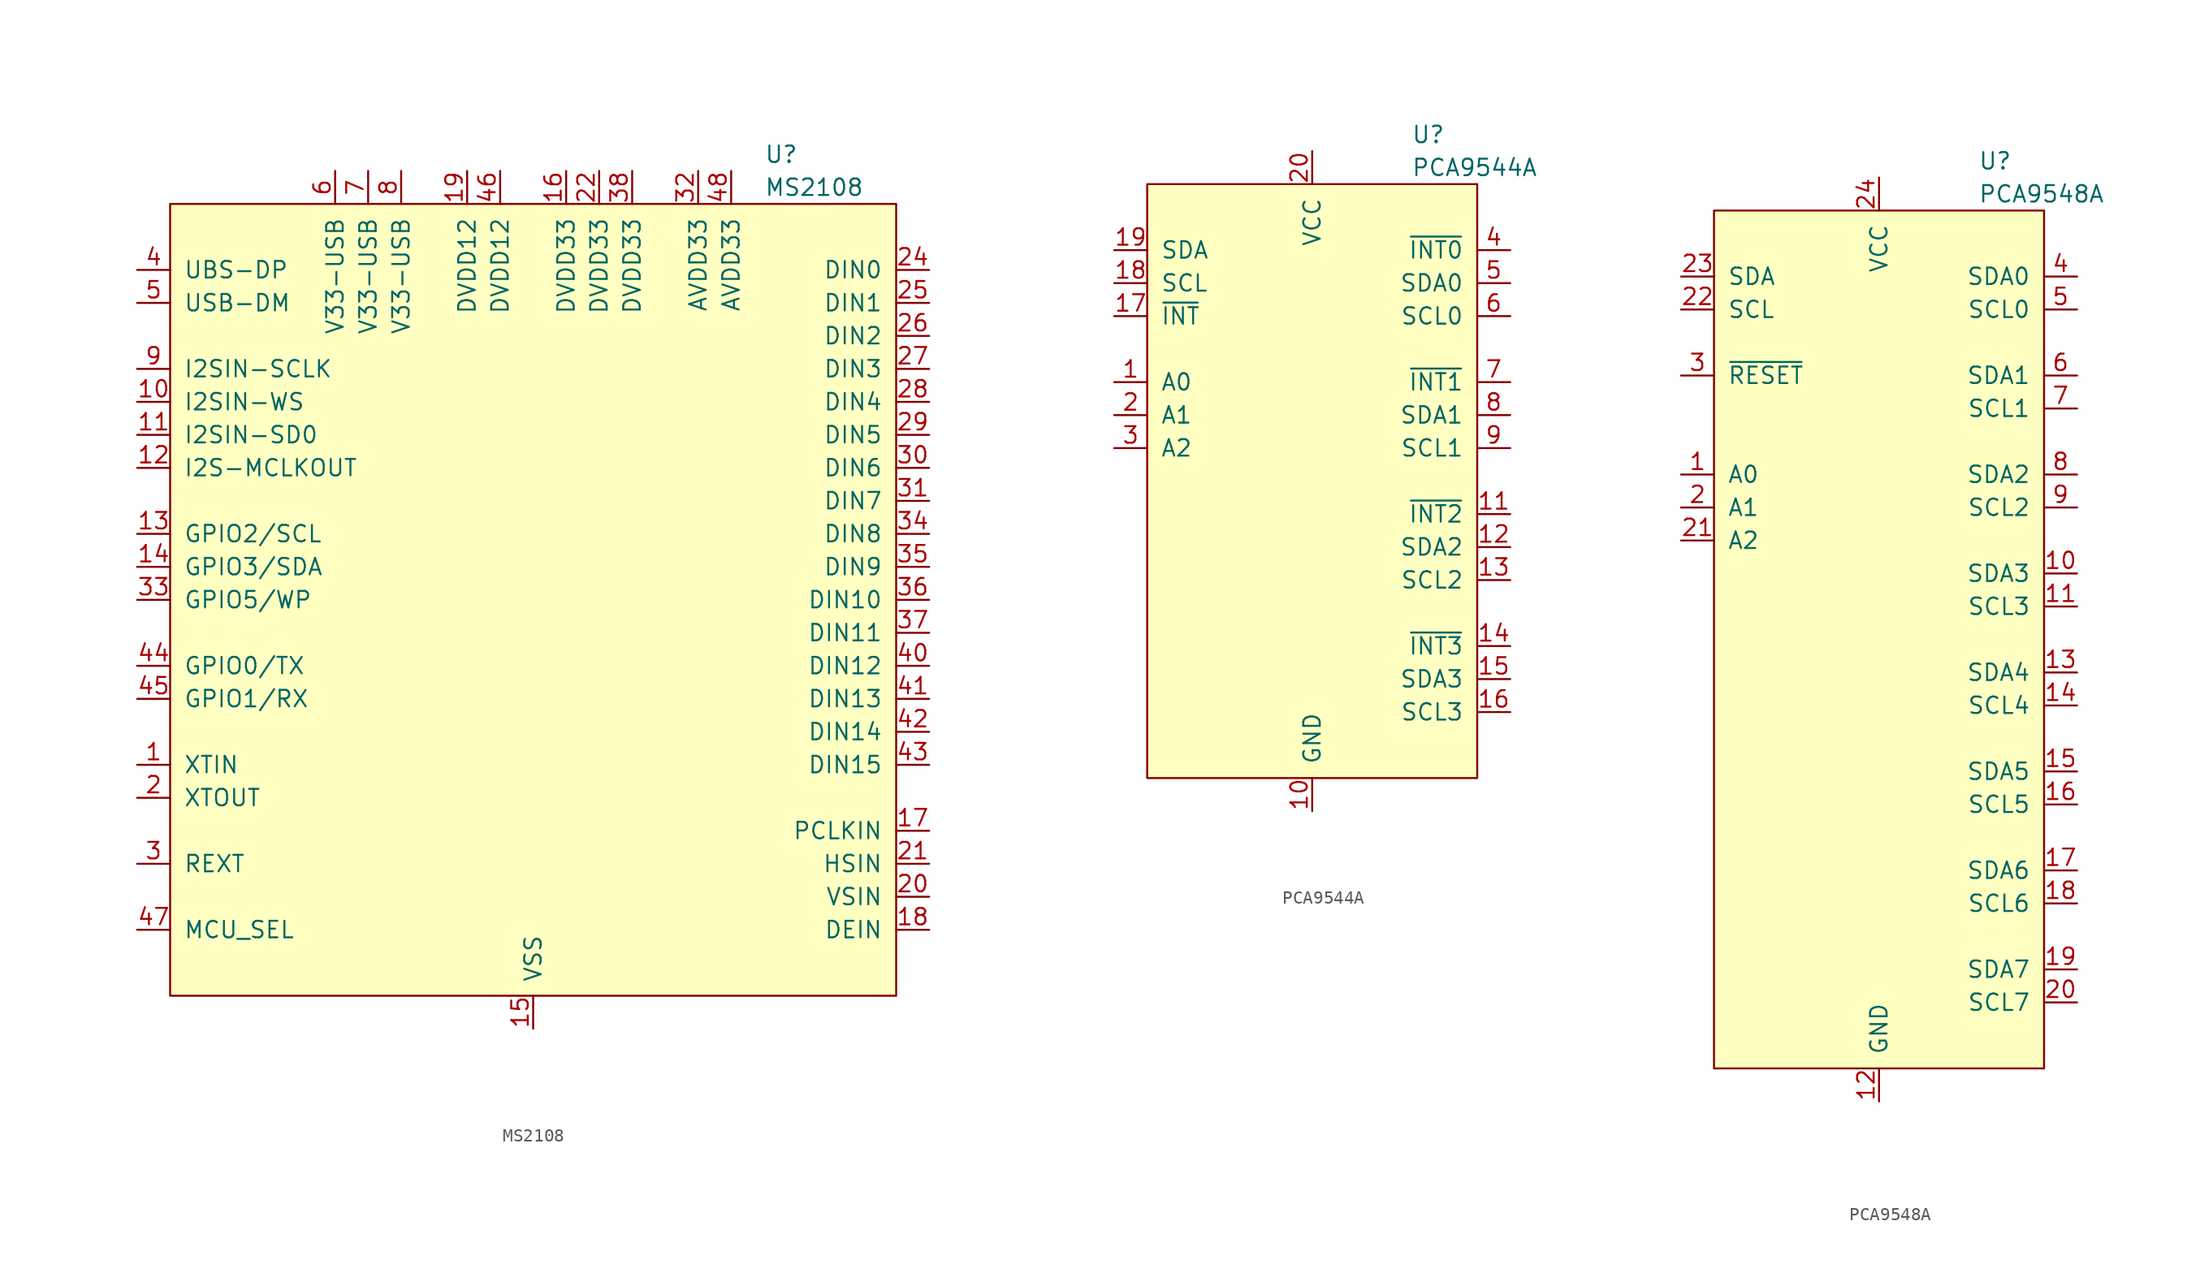
<source format=kicad_sym>
(kicad_symbol_lib
  (version 20241209)
  (generator "kicad_symbol_editor")
  (generator_version "9.0")
  (symbol "MS2108"
    (pin_names
      (offset 1.016))
    (property "Reference" "U"
      (at 17.78 34.29 0)
      (effects (font (size 1.27 1.27)) (justify left)))
    (property "Value" "MS2108"
      (at 17.78 31.75 0)
      (effects (font (size 1.27 1.27)) (justify left)))
    (symbol "MS2108_0_1"
      (rectangle (start -27.94 30.48) (end 27.94 -30.48) (stroke (width 0) (type default)) (fill (type background))))
    (symbol "MS2108_1_0"
      (pin power_in line (at 0 -33.02 90) (length 2.54) (hide yes) (name "VSS" (effects (font (size 1.27 1.27)))) (number "49" (effects (font (size 1.27 1.27))))))
    (symbol "MS2108_1_1"
      (pin bidirectional line (at -30.48 25.4 0) (length 2.54) (name "UBS-DP" (effects (font (size 1.27 1.27)))) (number "4" (effects (font (size 1.27 1.27)))))
      (pin bidirectional line (at -30.48 22.86 0) (length 2.54) (name "USB-DM" (effects (font (size 1.27 1.27)))) (number "5" (effects (font (size 1.27 1.27)))))
      (pin input line (at -30.48 17.78 0) (length 2.54) (name "I2SIN-SCLK" (effects (font (size 1.27 1.27)))) (number "9" (effects (font (size 1.27 1.27)))))
      (pin input line (at -30.48 15.24 0) (length 2.54) (name "I2SIN-WS" (effects (font (size 1.27 1.27)))) (number "10" (effects (font (size 1.27 1.27)))))
      (pin input line (at -30.48 12.7 0) (length 2.54) (name "I2SIN-SD0" (effects (font (size 1.27 1.27)))) (number "11" (effects (font (size 1.27 1.27)))))
      (pin output line (at -30.48 10.16 0) (length 2.54) (name "I2S-MCLKOUT" (effects (font (size 1.27 1.27)))) (number "12" (effects (font (size 1.27 1.27)))))
      (pin bidirectional line (at -30.48 5.08 0) (length 2.54) (name "GPIO2/SCL" (effects (font (size 1.27 1.27)))) (number "13" (effects (font (size 1.27 1.27)))))
      (pin bidirectional line (at -30.48 2.54 0) (length 2.54) (name "GPIO3/SDA" (effects (font (size 1.27 1.27)))) (number "14" (effects (font (size 1.27 1.27)))))
      (pin output line (at -30.48 0 0) (length 2.54) (name "GPIO5/WP" (effects (font (size 1.27 1.27)))) (number "33" (effects (font (size 1.27 1.27)))))
      (pin bidirectional line (at -30.48 -5.08 0) (length 2.54) (name "GPIO0/TX" (effects (font (size 1.27 1.27)))) (number "44" (effects (font (size 1.27 1.27)))))
      (pin bidirectional line (at -30.48 -7.62 0) (length 2.54) (name "GPIO1/RX" (effects (font (size 1.27 1.27)))) (number "45" (effects (font (size 1.27 1.27)))))
      (pin input line (at -30.48 -12.7 0) (length 2.54) (name "XTIN" (effects (font (size 1.27 1.27)))) (number "1" (effects (font (size 1.27 1.27)))))
      (pin output line (at -30.48 -15.24 0) (length 2.54) (name "XTOUT" (effects (font (size 1.27 1.27)))) (number "2" (effects (font (size 1.27 1.27)))))
      (pin output line (at -30.48 -20.32 0) (length 2.54) (name "REXT" (effects (font (size 1.27 1.27)))) (number "3" (effects (font (size 1.27 1.27)))))
      (pin input line (at -30.48 -25.4 0) (length 2.54) (name "MCU_SEL" (effects (font (size 1.27 1.27)))) (number "47" (effects (font (size 1.27 1.27)))))
      (pin power_in line (at -15.24 33.02 270) (length 2.54) (name "V33-USB" (effects (font (size 1.27 1.27)))) (number "6" (effects (font (size 1.27 1.27)))))
      (pin power_in line (at -12.7 33.02 270) (length 2.54) (name "V33-USB" (effects (font (size 1.27 1.27)))) (number "7" (effects (font (size 1.27 1.27)))))
      (pin power_in line (at -10.16 33.02 270) (length 2.54) (name "V33-USB" (effects (font (size 1.27 1.27)))) (number "8" (effects (font (size 1.27 1.27)))))
      (pin power_in line (at -5.08 33.02 270) (length 2.54) (name "DVDD12" (effects (font (size 1.27 1.27)))) (number "19" (effects (font (size 1.27 1.27)))))
      (pin power_in line (at -2.54 33.02 270) (length 2.54) (name "DVDD12" (effects (font (size 1.27 1.27)))) (number "46" (effects (font (size 1.27 1.27)))))
      (pin power_in line (at 0 -33.02 90) (length 2.54) (name "VSS" (effects (font (size 1.27 1.27)))) (number "15" (effects (font (size 1.27 1.27)))))
      (pin power_in line (at 0 -33.02 90) (length 2.54) (hide yes) (name "VSS" (effects (font (size 1.27 1.27)))) (number "23" (effects (font (size 1.27 1.27)))))
      (pin power_in line (at 0 -33.02 90) (length 2.54) (hide yes) (name "VSS" (effects (font (size 1.27 1.27)))) (number "39" (effects (font (size 1.27 1.27)))))
      (pin power_in line (at 2.54 33.02 270) (length 2.54) (name "DVDD33" (effects (font (size 1.27 1.27)))) (number "16" (effects (font (size 1.27 1.27)))))
      (pin power_in line (at 5.08 33.02 270) (length 2.54) (name "DVDD33" (effects (font (size 1.27 1.27)))) (number "22" (effects (font (size 1.27 1.27)))))
      (pin power_in line (at 7.62 33.02 270) (length 2.54) (name "DVDD33" (effects (font (size 1.27 1.27)))) (number "38" (effects (font (size 1.27 1.27)))))
      (pin power_in line (at 12.7 33.02 270) (length 2.54) (name "AVDD33" (effects (font (size 1.27 1.27)))) (number "32" (effects (font (size 1.27 1.27)))))
      (pin power_in line (at 15.24 33.02 270) (length 2.54) (name "AVDD33" (effects (font (size 1.27 1.27)))) (number "48" (effects (font (size 1.27 1.27)))))
      (pin input line (at 30.48 25.4 180) (length 2.54) (name "DIN0" (effects (font (size 1.27 1.27)))) (number "24" (effects (font (size 1.27 1.27)))))
      (pin input line (at 30.48 22.86 180) (length 2.54) (name "DIN1" (effects (font (size 1.27 1.27)))) (number "25" (effects (font (size 1.27 1.27)))))
      (pin input line (at 30.48 20.32 180) (length 2.54) (name "DIN2" (effects (font (size 1.27 1.27)))) (number "26" (effects (font (size 1.27 1.27)))))
      (pin input line (at 30.48 17.78 180) (length 2.54) (name "DIN3" (effects (font (size 1.27 1.27)))) (number "27" (effects (font (size 1.27 1.27)))))
      (pin input line (at 30.48 15.24 180) (length 2.54) (name "DIN4" (effects (font (size 1.27 1.27)))) (number "28" (effects (font (size 1.27 1.27)))))
      (pin input line (at 30.48 12.7 180) (length 2.54) (name "DIN5" (effects (font (size 1.27 1.27)))) (number "29" (effects (font (size 1.27 1.27)))))
      (pin input line (at 30.48 10.16 180) (length 2.54) (name "DIN6" (effects (font (size 1.27 1.27)))) (number "30" (effects (font (size 1.27 1.27)))))
      (pin input line (at 30.48 7.62 180) (length 2.54) (name "DIN7" (effects (font (size 1.27 1.27)))) (number "31" (effects (font (size 1.27 1.27)))))
      (pin output line (at 30.48 5.08 180) (length 2.54) (name "DIN8" (effects (font (size 1.27 1.27)))) (number "34" (effects (font (size 1.27 1.27)))))
      (pin output line (at 30.48 2.54 180) (length 2.54) (name "DIN9" (effects (font (size 1.27 1.27)))) (number "35" (effects (font (size 1.27 1.27)))))
      (pin output line (at 30.48 0 180) (length 2.54) (name "DIN10" (effects (font (size 1.27 1.27)))) (number "36" (effects (font (size 1.27 1.27)))))
      (pin output line (at 30.48 -2.54 180) (length 2.54) (name "DIN11" (effects (font (size 1.27 1.27)))) (number "37" (effects (font (size 1.27 1.27)))))
      (pin input line (at 30.48 -5.08 180) (length 2.54) (name "DIN12" (effects (font (size 1.27 1.27)))) (number "40" (effects (font (size 1.27 1.27)))))
      (pin input line (at 30.48 -7.62 180) (length 2.54) (name "DIN13" (effects (font (size 1.27 1.27)))) (number "41" (effects (font (size 1.27 1.27)))))
      (pin input line (at 30.48 -10.16 180) (length 2.54) (name "DIN14" (effects (font (size 1.27 1.27)))) (number "42" (effects (font (size 1.27 1.27)))))
      (pin input line (at 30.48 -12.7 180) (length 2.54) (name "DIN15" (effects (font (size 1.27 1.27)))) (number "43" (effects (font (size 1.27 1.27)))))
      (pin input line (at 30.48 -17.78 180) (length 2.54) (name "PCLKIN" (effects (font (size 1.27 1.27)))) (number "17" (effects (font (size 1.27 1.27)))))
      (pin input line (at 30.48 -20.32 180) (length 2.54) (name "HSIN" (effects (font (size 1.27 1.27)))) (number "21" (effects (font (size 1.27 1.27)))))
      (pin input line (at 30.48 -22.86 180) (length 2.54) (name "VSIN" (effects (font (size 1.27 1.27)))) (number "20" (effects (font (size 1.27 1.27)))))
      (pin input line (at 30.48 -25.4 180) (length 2.54) (name "DEIN" (effects (font (size 1.27 1.27)))) (number "18" (effects (font (size 1.27 1.27)))))))
  (symbol "PCA9544A"
    (pin_names
      (offset 1.016))
    (property "Reference" "U"
      (at 7.62 26.67 0)
      (effects (font (size 1.27 1.27)) (justify left)))
    (property "Value" "PCA9544A"
      (at 7.62 24.13 0)
      (effects (font (size 1.27 1.27)) (justify left)))
    (symbol "PCA9544A_0_1"
      (rectangle (start -12.7 22.86) (end 12.7 -22.86) (stroke (width 0) (type default)) (fill (type background))))
    (symbol "PCA9544A_1_1"
      (pin bidirectional line (at -15.24 17.78 0) (length 2.54) (name "SDA" (effects (font (size 1.27 1.27)))) (number "19" (effects (font (size 1.27 1.27)))))
      (pin input line (at -15.24 15.24 0) (length 2.54) (name "SCL" (effects (font (size 1.27 1.27)))) (number "18" (effects (font (size 1.27 1.27)))))
      (pin output line (at -15.24 12.7 0) (length 2.54) (name "~{INT}" (effects (font (size 1.27 1.27)))) (number "17" (effects (font (size 1.27 1.27)))))
      (pin input line (at -15.24 7.62 0) (length 2.54) (name "A0" (effects (font (size 1.27 1.27)))) (number "1" (effects (font (size 1.27 1.27)))))
      (pin input line (at -15.24 5.08 0) (length 2.54) (name "A1" (effects (font (size 1.27 1.27)))) (number "2" (effects (font (size 1.27 1.27)))))
      (pin input line (at -15.24 2.54 0) (length 2.54) (name "A2" (effects (font (size 1.27 1.27)))) (number "3" (effects (font (size 1.27 1.27)))))
      (pin power_in line (at 0 25.4 270) (length 2.54) (name "VCC" (effects (font (size 1.27 1.27)))) (number "20" (effects (font (size 1.27 1.27)))))
      (pin power_in line (at 0 -25.4 90) (length 2.54) (name "GND" (effects (font (size 1.27 1.27)))) (number "10" (effects (font (size 1.27 1.27)))))
      (pin input line (at 15.24 17.78 180) (length 2.54) (name "~{INT0}" (effects (font (size 1.27 1.27)))) (number "4" (effects (font (size 1.27 1.27)))))
      (pin bidirectional line (at 15.24 15.24 180) (length 2.54) (name "SDA0" (effects (font (size 1.27 1.27)))) (number "5" (effects (font (size 1.27 1.27)))))
      (pin output line (at 15.24 12.7 180) (length 2.54) (name "SCL0" (effects (font (size 1.27 1.27)))) (number "6" (effects (font (size 1.27 1.27)))))
      (pin input line (at 15.24 7.62 180) (length 2.54) (name "~{INT1}" (effects (font (size 1.27 1.27)))) (number "7" (effects (font (size 1.27 1.27)))))
      (pin bidirectional line (at 15.24 5.08 180) (length 2.54) (name "SDA1" (effects (font (size 1.27 1.27)))) (number "8" (effects (font (size 1.27 1.27)))))
      (pin output line (at 15.24 2.54 180) (length 2.54) (name "SCL1" (effects (font (size 1.27 1.27)))) (number "9" (effects (font (size 1.27 1.27)))))
      (pin input line (at 15.24 -2.54 180) (length 2.54) (name "~{INT2}" (effects (font (size 1.27 1.27)))) (number "11" (effects (font (size 1.27 1.27)))))
      (pin bidirectional line (at 15.24 -5.08 180) (length 2.54) (name "SDA2" (effects (font (size 1.27 1.27)))) (number "12" (effects (font (size 1.27 1.27)))))
      (pin output line (at 15.24 -7.62 180) (length 2.54) (name "SCL2" (effects (font (size 1.27 1.27)))) (number "13" (effects (font (size 1.27 1.27)))))
      (pin input line (at 15.24 -12.7 180) (length 2.54) (name "~{INT3}" (effects (font (size 1.27 1.27)))) (number "14" (effects (font (size 1.27 1.27)))))
      (pin bidirectional line (at 15.24 -15.24 180) (length 2.54) (name "SDA3" (effects (font (size 1.27 1.27)))) (number "15" (effects (font (size 1.27 1.27)))))
      (pin output line (at 15.24 -17.78 180) (length 2.54) (name "SCL3" (effects (font (size 1.27 1.27)))) (number "16" (effects (font (size 1.27 1.27)))))))
  (symbol "PCA9548A"
    (pin_names
      (offset 1.016))
    (property "Reference" "U"
      (at 7.62 36.83 0)
      (effects (font (size 1.27 1.27)) (justify left)))
    (property "Value" "PCA9548A"
      (at 7.62 34.29 0)
      (effects (font (size 1.27 1.27)) (justify left)))
    (symbol "PCA9548A_0_1"
      (rectangle (start -12.7 33.02) (end 12.7 -33.02) (stroke (width 0) (type default)) (fill (type background))))
    (symbol "PCA9548A_1_1"
      (pin bidirectional line (at -15.24 27.94 0) (length 2.54) (name "SDA" (effects (font (size 1.27 1.27)))) (number "23" (effects (font (size 1.27 1.27)))))
      (pin input line (at -15.24 25.4 0) (length 2.54) (name "SCL" (effects (font (size 1.27 1.27)))) (number "22" (effects (font (size 1.27 1.27)))))
      (pin input line (at -15.24 20.32 0) (length 2.54) (name "~{RESET}" (effects (font (size 1.27 1.27)))) (number "3" (effects (font (size 1.27 1.27)))))
      (pin input line (at -15.24 12.7 0) (length 2.54) (name "A0" (effects (font (size 1.27 1.27)))) (number "1" (effects (font (size 1.27 1.27)))))
      (pin input line (at -15.24 10.16 0) (length 2.54) (name "A1" (effects (font (size 1.27 1.27)))) (number "2" (effects (font (size 1.27 1.27)))))
      (pin input line (at -15.24 7.62 0) (length 2.54) (name "A2" (effects (font (size 1.27 1.27)))) (number "21" (effects (font (size 1.27 1.27)))))
      (pin power_in line (at 0 35.56 270) (length 2.54) (name "VCC" (effects (font (size 1.27 1.27)))) (number "24" (effects (font (size 1.27 1.27)))))
      (pin power_in line (at 0 -35.56 90) (length 2.54) (name "GND" (effects (font (size 1.27 1.27)))) (number "12" (effects (font (size 1.27 1.27)))))
      (pin bidirectional line (at 15.24 27.94 180) (length 2.54) (name "SDA0" (effects (font (size 1.27 1.27)))) (number "4" (effects (font (size 1.27 1.27)))))
      (pin output line (at 15.24 25.4 180) (length 2.54) (name "SCL0" (effects (font (size 1.27 1.27)))) (number "5" (effects (font (size 1.27 1.27)))))
      (pin bidirectional line (at 15.24 20.32 180) (length 2.54) (name "SDA1" (effects (font (size 1.27 1.27)))) (number "6" (effects (font (size 1.27 1.27)))))
      (pin output line (at 15.24 17.78 180) (length 2.54) (name "SCL1" (effects (font (size 1.27 1.27)))) (number "7" (effects (font (size 1.27 1.27)))))
      (pin bidirectional line (at 15.24 12.7 180) (length 2.54) (name "SDA2" (effects (font (size 1.27 1.27)))) (number "8" (effects (font (size 1.27 1.27)))))
      (pin output line (at 15.24 10.16 180) (length 2.54) (name "SCL2" (effects (font (size 1.27 1.27)))) (number "9" (effects (font (size 1.27 1.27)))))
      (pin bidirectional line (at 15.24 5.08 180) (length 2.54) (name "SDA3" (effects (font (size 1.27 1.27)))) (number "10" (effects (font (size 1.27 1.27)))))
      (pin output line (at 15.24 2.54 180) (length 2.54) (name "SCL3" (effects (font (size 1.27 1.27)))) (number "11" (effects (font (size 1.27 1.27)))))
      (pin bidirectional line (at 15.24 -2.54 180) (length 2.54) (name "SDA4" (effects (font (size 1.27 1.27)))) (number "13" (effects (font (size 1.27 1.27)))))
      (pin output line (at 15.24 -5.08 180) (length 2.54) (name "SCL4" (effects (font (size 1.27 1.27)))) (number "14" (effects (font (size 1.27 1.27)))))
      (pin bidirectional line (at 15.24 -10.16 180) (length 2.54) (name "SDA5" (effects (font (size 1.27 1.27)))) (number "15" (effects (font (size 1.27 1.27)))))
      (pin output line (at 15.24 -12.7 180) (length 2.54) (name "SCL5" (effects (font (size 1.27 1.27)))) (number "16" (effects (font (size 1.27 1.27)))))
      (pin bidirectional line (at 15.24 -17.78 180) (length 2.54) (name "SDA6" (effects (font (size 1.27 1.27)))) (number "17" (effects (font (size 1.27 1.27)))))
      (pin output line (at 15.24 -20.32 180) (length 2.54) (name "SCL6" (effects (font (size 1.27 1.27)))) (number "18" (effects (font (size 1.27 1.27)))))
      (pin bidirectional line (at 15.24 -25.4 180) (length 2.54) (name "SDA7" (effects (font (size 1.27 1.27)))) (number "19" (effects (font (size 1.27 1.27)))))
      (pin output line (at 15.24 -27.94 180) (length 2.54) (name "SCL7" (effects (font (size 1.27 1.27)))) (number "20" (effects (font (size 1.27 1.27))))))))
</source>
